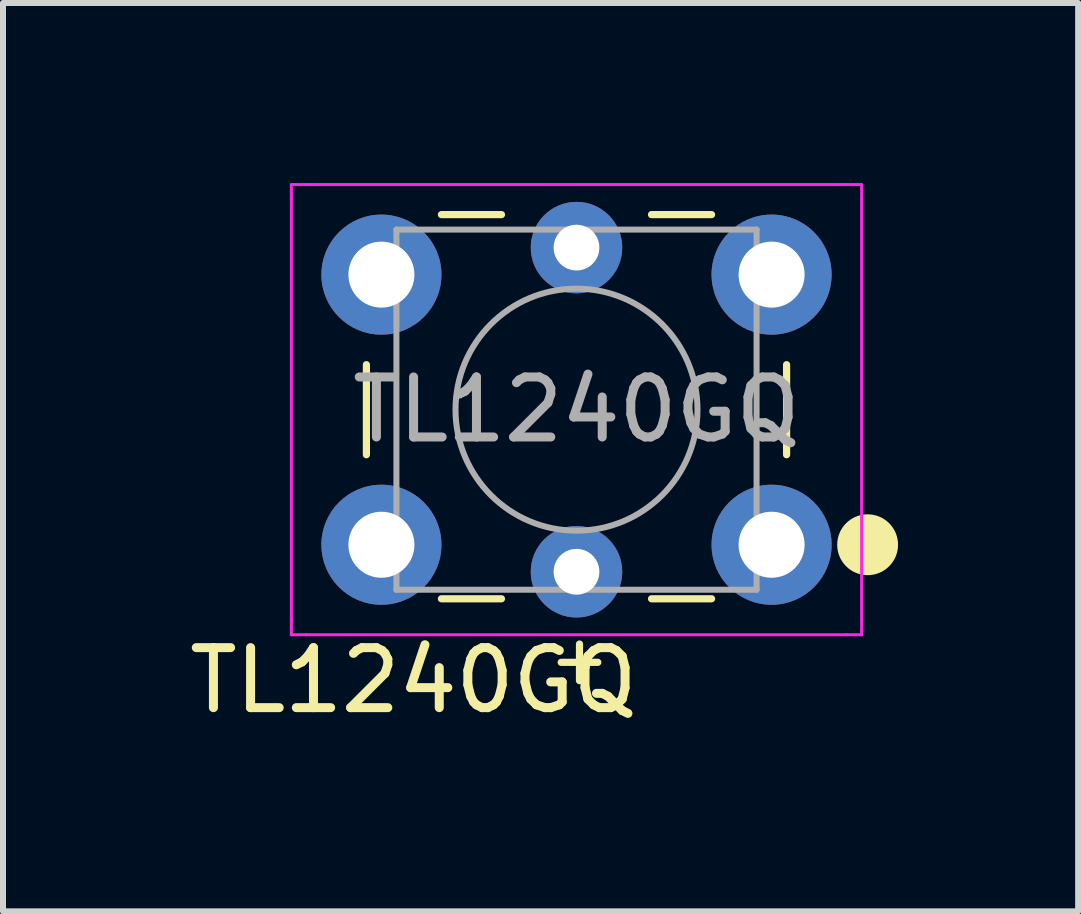
<source format=kicad_pcb>
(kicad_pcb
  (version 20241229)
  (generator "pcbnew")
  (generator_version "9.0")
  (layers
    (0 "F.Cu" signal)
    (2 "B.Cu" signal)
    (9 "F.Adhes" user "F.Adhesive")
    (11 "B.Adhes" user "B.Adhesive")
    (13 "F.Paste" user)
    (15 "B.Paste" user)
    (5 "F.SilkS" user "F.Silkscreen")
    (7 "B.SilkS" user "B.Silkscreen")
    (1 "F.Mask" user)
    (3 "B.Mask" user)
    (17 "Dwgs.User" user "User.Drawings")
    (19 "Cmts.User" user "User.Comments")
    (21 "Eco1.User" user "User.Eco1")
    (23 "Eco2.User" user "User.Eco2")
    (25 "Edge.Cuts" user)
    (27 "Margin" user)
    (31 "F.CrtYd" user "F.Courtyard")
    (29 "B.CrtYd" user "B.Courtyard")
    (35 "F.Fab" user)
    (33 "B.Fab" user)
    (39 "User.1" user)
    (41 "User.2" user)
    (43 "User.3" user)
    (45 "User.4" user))
  (footprint "TL1240GQ"
    (layer "F.Cu")
    (at 3.304 1.525)
    (property "Reference" "TL1240GQ" (at 0.535 6.759 0) (layer "F.SilkS") (effects (font (size 1 1) (thickness 0.15))))
    (attr through_hole)
    (fp_line (start -0.25 1.5) (end -0.25 3) (stroke (width 0.12) (type solid)) (layer "F.SilkS"))
    (fp_line (start 1 5.4) (end 2 5.4) (stroke (width 0.12) (type solid)) (layer "F.SilkS"))
    (fp_line (start 2 -1) (end 1 -1) (stroke (width 0.12) (type solid)) (layer "F.SilkS"))
    (fp_line (start 4.5 5.4) (end 5.5 5.4) (stroke (width 0.12) (type solid)) (layer "F.SilkS"))
    (fp_line (start 5.5 -1) (end 4.5 -1) (stroke (width 0.12) (type solid)) (layer "F.SilkS"))
    (fp_line (start 6.75 3) (end 6.75 1.5) (stroke (width 0.12) (type solid)) (layer "F.SilkS"))
    (fp_circle (center 8.1 4.5) (end 8.547 4.5) (stroke (width 0.12) (type solid)) (fill no) (layer "F.SilkS"))
    (fp_poly (pts (xy 8.1 4.053) (xy 8.3 4.1) (xy 8.4 4.2) (xy 8.5 4.3) (xy 8.547 4.5) (xy 8.5 4.7) (xy 8.3 4.9) (xy 8.1 4.947) (xy 7.9 4.9) (xy 7.7 4.7) (xy 7.653 4.5) (xy 7.7 4.3) (xy 7.9 4.1)) (stroke (width 0.1) (type solid)) (fill yes) (layer "F.SilkS"))
    (fp_line (start -1.5 -1.5) (end -1.25 -1.5) (stroke (width 0.05) (type solid)) (layer "F.CrtYd"))
    (fp_line (start -1.5 -1.25) (end -1.5 -1.5) (stroke (width 0.05) (type solid)) (layer "F.CrtYd"))
    (fp_line (start -1.5 5.75) (end -1.5 -1.25) (stroke (width 0.05) (type solid)) (layer "F.CrtYd"))
    (fp_line (start -1.5 5.75) (end -1.5 6) (stroke (width 0.05) (type solid)) (layer "F.CrtYd"))
    (fp_line (start -1.5 6) (end -1.25 6) (stroke (width 0.05) (type solid)) (layer "F.CrtYd"))
    (fp_line (start -1.25 -1.5) (end 7.75 -1.5) (stroke (width 0.05) (type solid)) (layer "F.CrtYd"))
    (fp_line (start 7.75 -1.5) (end 8 -1.5) (stroke (width 0.05) (type solid)) (layer "F.CrtYd"))
    (fp_line (start 7.75 6) (end -1.25 6) (stroke (width 0.05) (type solid)) (layer "F.CrtYd"))
    (fp_line (start 7.75 6) (end 8 6) (stroke (width 0.05) (type solid)) (layer "F.CrtYd"))
    (fp_line (start 8 -1.5) (end 8 -1.25) (stroke (width 0.05) (type solid)) (layer "F.CrtYd"))
    (fp_line (start 8 -1.25) (end 8 5.75) (stroke (width 0.05) (type solid)) (layer "F.CrtYd"))
    (fp_line (start 8 6) (end 8 5.75) (stroke (width 0.05) (type solid)) (layer "F.CrtYd"))
    (fp_line (start 0.25 -0.75) (end 3.25 -0.75) (stroke (width 0.1) (type solid)) (layer "F.Fab"))
    (fp_line (start 0.25 5.25) (end 0.25 -0.75) (stroke (width 0.1) (type solid)) (layer "F.Fab"))
    (fp_line (start 3.25 -0.75) (end 6.25 -0.75) (stroke (width 0.1) (type solid)) (layer "F.Fab"))
    (fp_line (start 6.25 -0.75) (end 6.25 5.25) (stroke (width 0.1) (type solid)) (layer "F.Fab"))
    (fp_line (start 6.25 5.25) (end 0.25 5.25) (stroke (width 0.1) (type solid)) (layer "F.Fab"))
    (fp_circle (center 3.25 2.25) (end 1.25 2.5) (stroke (width 0.1) (type solid)) (fill no) (layer "F.Fab"))
    (fp_text user "+" (at 3.3 6.4 0) (layer "F.SilkS") (effects (font (size 0.8 0.8) (thickness 0.12))))
    (fp_text user "${REFERENCE}" (at 3.25 2.25 0) (layer "F.Fab") (effects (font (size 1 1) (thickness 0.15))))
    (pad "1" thru_hole circle (at 0 4.5 90) (size 2 2) (drill 1.1) (layers "*.Cu" "*.Mask"))
    (pad "1" thru_hole circle (at 6.5 4.5 90) (size 2 2) (drill 1.1) (layers "*.Cu" "*.Mask"))
    (pad "2" thru_hole circle (at 0 0 90) (size 2 2) (drill 1.1) (layers "*.Cu" "*.Mask"))
    (pad "2" thru_hole circle (at 6.5 0 90) (size 2 2) (drill 1.1) (layers "*.Cu" "*.Mask"))
    (pad "5" thru_hole circle (at 3.25 4.95) (size 1.524 1.524) (drill 0.762) (layers "*.Cu" "*.Mask"))
    (pad "6" thru_hole circle (at 3.25 -0.45) (size 1.524 1.524) (drill 0.762) (layers "*.Cu" "*.Mask")))
  (gr_rect
    (start -3 -3)
    (end 14.911 12.132)
    (stroke (width 0.1) (type default))
    (fill no)
    (layer "Edge.Cuts")))
</source>
